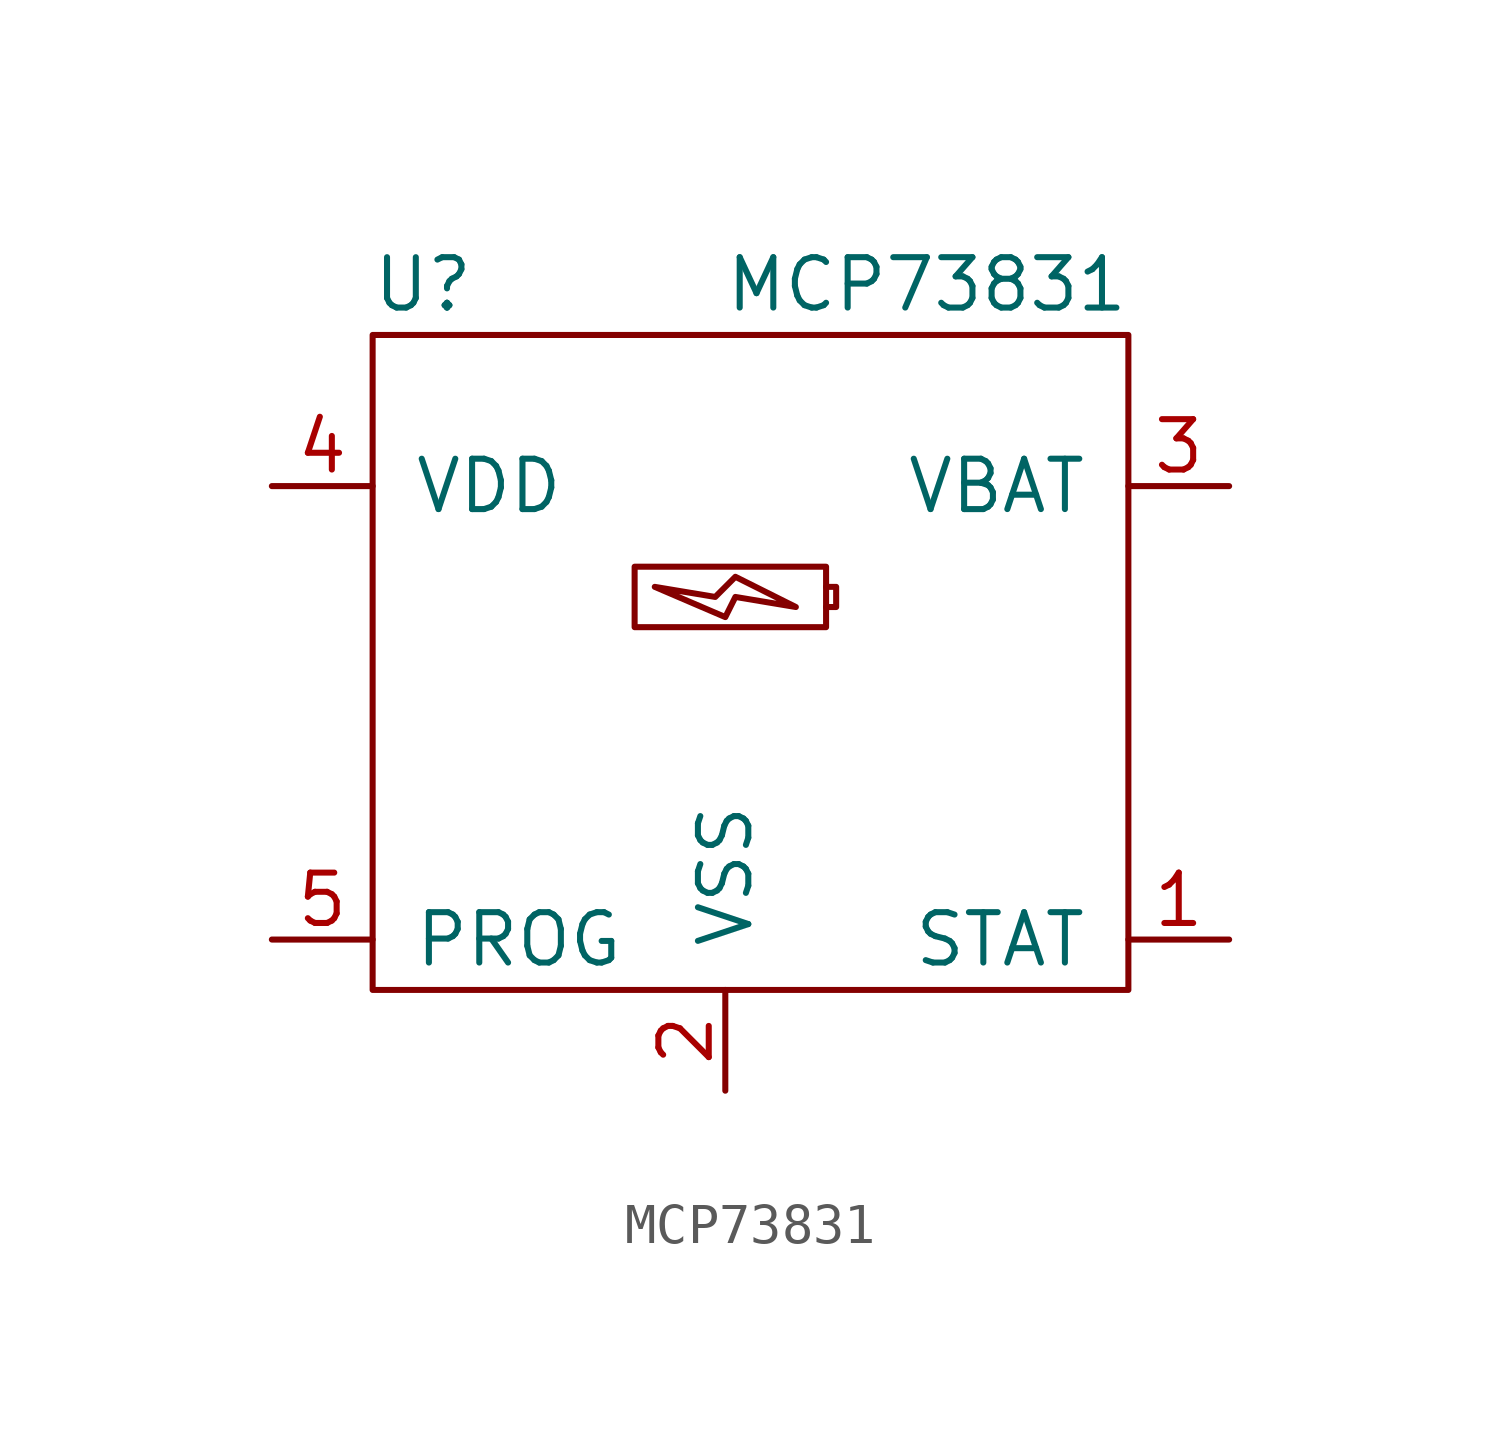
<source format=kicad_sym>
(kicad_symbol_lib
  (version 20211014)
  (generator kicad_symbol_editor)
  (symbol "MCP73831"
    (pin_names
      (offset 1.016))
    (property "Reference" "U"
      (at 3.81 12.7 0)
      (effects (font (size 1.27 1.27))))
    (property "Value" "MCP73831"
      (at 16.51 12.7 0)
      (effects (font (size 1.27 1.27))))
    (symbol "MCP73831_0_1"
      (polyline (pts (xy 13.97 5.08) (xy 14.224 5.08) (xy 14.224 4.572) (xy 13.97 4.572)) (stroke (width 0) (type default)) (fill (type none)))
      (polyline (pts (xy 13.97 5.588) (xy 9.144 5.588) (xy 9.144 4.064) (xy 13.97 4.064) (xy 13.97 5.588)) (stroke (width 0) (type default)) (fill (type none)))
      (polyline (pts (xy 9.652 5.08) (xy 11.43 4.318) (xy 11.684 4.826) (xy 13.208 4.572) (xy 11.684 5.334) (xy 11.176 4.826) (xy 9.652 5.08)) (stroke (width 0) (type default)) (fill (type none)))
      (rectangle (start 2.54 -5.08) (end 21.59 11.43) (stroke (width 0) (type default)) (fill (type none))))
    (symbol "MCP73831_1_1"
      (pin output line (at 24.13 -3.81 180) (length 2.54) (name "STAT" (effects (font (size 1.27 1.27)))) (number "1" (effects (font (size 1.27 1.27)))))
      (pin power_in line (at 11.43 -7.62 90) (length 2.54) (name "VSS" (effects (font (size 1.27 1.27)))) (number "2" (effects (font (size 1.27 1.27)))))
      (pin power_out line (at 24.13 7.62 180) (length 2.54) (name "VBAT" (effects (font (size 1.27 1.27)))) (number "3" (effects (font (size 1.27 1.27)))))
      (pin power_in line (at 0 7.62 0) (length 2.54) (name "VDD" (effects (font (size 1.27 1.27)))) (number "4" (effects (font (size 1.27 1.27)))))
      (pin input line (at 0 -3.81 0) (length 2.54) (name "PROG" (effects (font (size 1.27 1.27)))) (number "5" (effects (font (size 1.27 1.27))))))))
</source>
